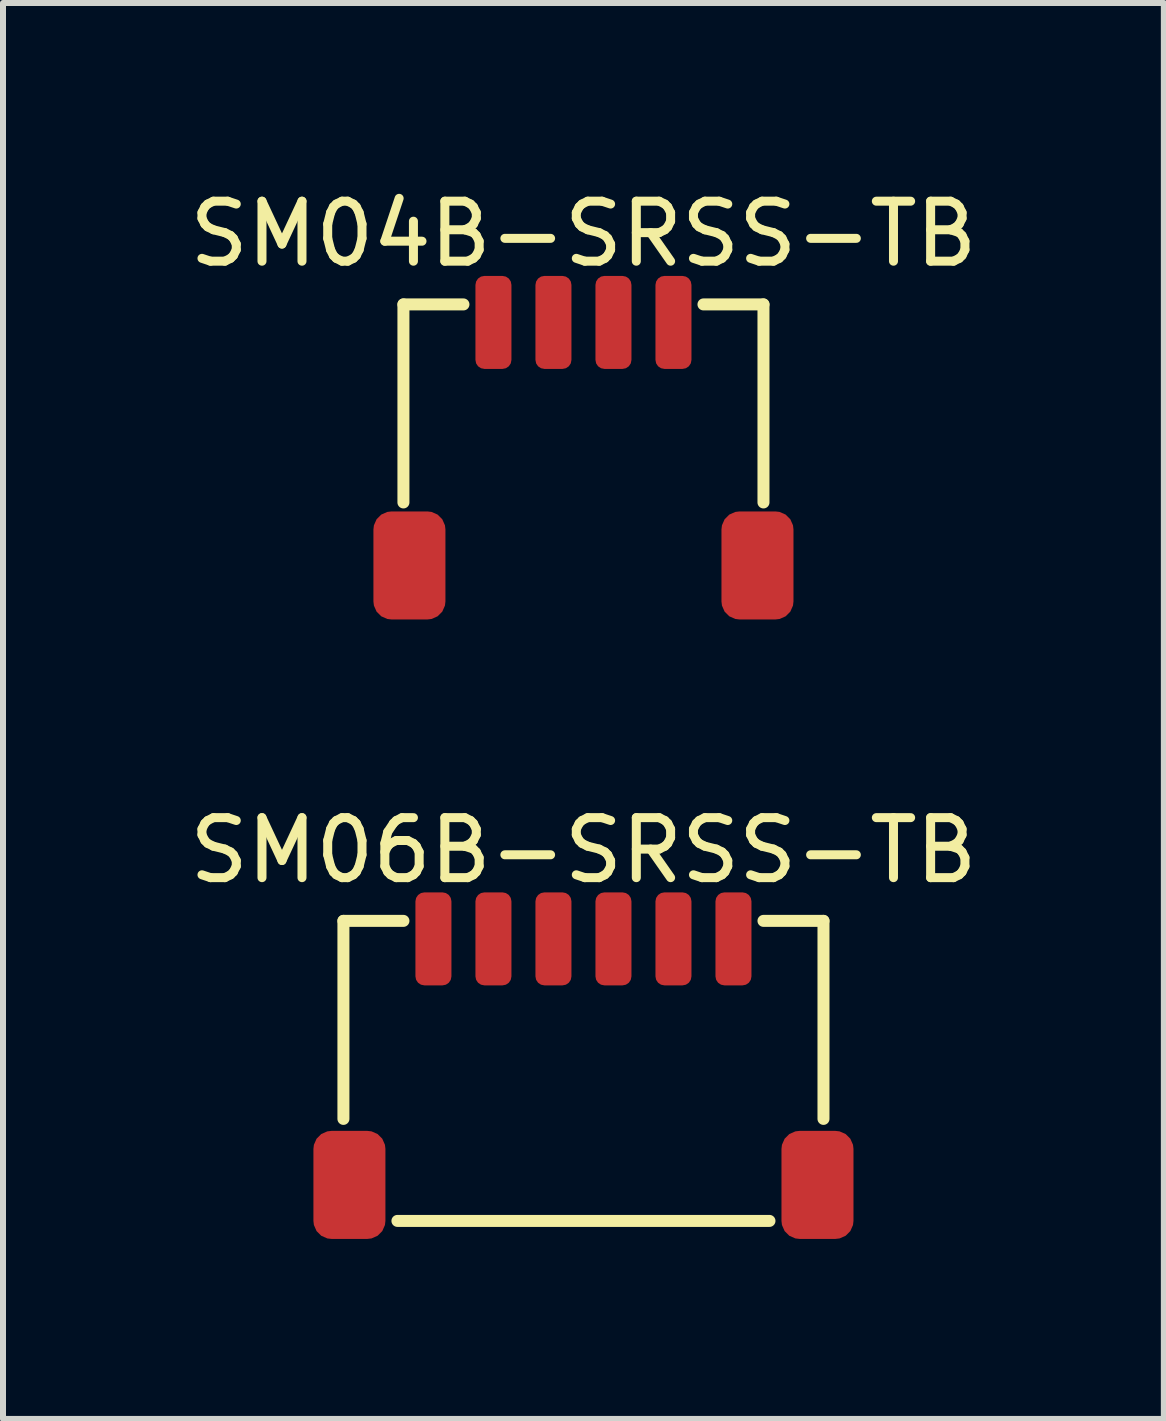
<source format=kicad_pcb>
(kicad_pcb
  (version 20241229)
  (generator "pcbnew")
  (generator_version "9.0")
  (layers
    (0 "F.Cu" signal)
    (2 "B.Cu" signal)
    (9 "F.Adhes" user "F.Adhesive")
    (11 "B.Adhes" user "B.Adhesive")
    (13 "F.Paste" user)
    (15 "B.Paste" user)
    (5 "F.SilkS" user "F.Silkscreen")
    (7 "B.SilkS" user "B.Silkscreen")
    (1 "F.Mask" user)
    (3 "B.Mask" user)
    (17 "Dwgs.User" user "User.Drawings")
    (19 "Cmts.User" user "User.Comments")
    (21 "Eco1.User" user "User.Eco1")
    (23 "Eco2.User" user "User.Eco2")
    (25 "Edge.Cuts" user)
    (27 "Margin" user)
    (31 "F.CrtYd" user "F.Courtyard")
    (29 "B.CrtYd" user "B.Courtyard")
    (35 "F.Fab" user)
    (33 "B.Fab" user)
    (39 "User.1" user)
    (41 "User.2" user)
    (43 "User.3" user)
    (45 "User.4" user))
  (footprint "SM06B-SRSS-TB"
    (layer "F.Cu")
    (at 6.673 14.646)
    (property "Reference" "SM06B-SRSS-TB" (at 0 -3.525 0) (layer "F.SilkS") (effects (font (size 1 1) (thickness 0.15))))
    (fp_line (start -4 -2.35) (end -3 -2.35) (stroke (width 0.2) (type solid)) (layer "F.SilkS"))
    (fp_line (start -4 0.95) (end -4 -2.35) (stroke (width 0.2) (type solid)) (layer "F.SilkS"))
    (fp_line (start -3.1 2.65) (end 3.1 2.65) (stroke (width 0.2) (type solid)) (layer "F.SilkS"))
    (fp_line (start 3 -2.35) (end 4 -2.35) (stroke (width 0.2) (type solid)) (layer "F.SilkS"))
    (fp_line (start 4 0.95) (end 4 -2.35) (stroke (width 0.2) (type solid)) (layer "F.SilkS"))
    (fp_line (start -4.6 -3.2) (end 4.6 -3.2) (stroke (width 0.1) (type solid)) (layer "Eco2.User"))
    (fp_line (start -4.6 1.2) (end -4.6 -3.2) (stroke (width 0.1) (type solid)) (layer "Eco2.User"))
    (fp_line (start 4.6 1.2) (end 4.6 -3.2) (stroke (width 0.1) (type solid)) (layer "Eco2.User"))
    (fp_circle (center 0 0) (end 0 -0.1) (stroke (width 0.4) (type solid)) (fill no) (layer "Eco2.User"))
    (pad "0" smd roundrect (at -3.9 2.05) (size 1.2 1.8) (layers "F.Cu" "F.Mask" "F.Paste") (roundrect_rratio 0.25))
    (pad "0" smd roundrect (at 3.9 2.05 180) (size 1.2 1.8) (layers "F.Cu" "F.Mask" "F.Paste") (roundrect_rratio 0.25))
    (pad "1" smd roundrect (at -2.5 -2.05) (size 0.6 1.55) (layers "F.Cu" "F.Mask" "F.Paste") (roundrect_rratio 0.25))
    (pad "2" smd roundrect (at -1.5 -2.05) (size 0.6 1.55) (layers "F.Cu" "F.Mask" "F.Paste") (roundrect_rratio 0.25))
    (pad "3" smd roundrect (at -0.5 -2.05) (size 0.6 1.55) (layers "F.Cu" "F.Mask" "F.Paste") (roundrect_rratio 0.25))
    (pad "4" smd roundrect (at 0.5 -2.05) (size 0.6 1.55) (layers "F.Cu" "F.Mask" "F.Paste") (roundrect_rratio 0.25))
    (pad "5" smd roundrect (at 1.5 -2.05) (size 0.6 1.55) (layers "F.Cu" "F.Mask" "F.Paste") (roundrect_rratio 0.25))
    (pad "6" smd roundrect (at 2.5 -2.05) (size 0.6 1.55) (layers "F.Cu" "F.Mask" "F.Paste") (roundrect_rratio 0.25)))
  (footprint "SM04B-SRSS-TB"
    (layer "F.Cu")
    (at 6.673 4.373)
    (property "Reference" "SM04B-SRSS-TB" (at 0 -3.525 0) (layer "F.SilkS") (effects (font (size 1 1) (thickness 0.15))))
    (fp_line (start -3 -2.35) (end -2 -2.35) (stroke (width 0.2) (type solid)) (layer "F.SilkS"))
    (fp_line (start -3 0.95) (end -3 -2.35) (stroke (width 0.2) (type solid)) (layer "F.SilkS"))
    (fp_line (start 2 -2.35) (end 3 -2.35) (stroke (width 0.2) (type solid)) (layer "F.SilkS"))
    (fp_line (start 3 0.95) (end 3 -2.35) (stroke (width 0.2) (type solid)) (layer "F.SilkS"))
    (fp_line (start -3.6 -3.2) (end 3.6 -3.2) (stroke (width 0.1) (type solid)) (layer "Eco2.User"))
    (fp_line (start -3.6 1.2) (end -3.6 -3.2) (stroke (width 0.1) (type solid)) (layer "Eco2.User"))
    (fp_line (start 3.6 1.2) (end 3.6 -3.2) (stroke (width 0.1) (type solid)) (layer "Eco2.User"))
    (fp_circle (center 0 0) (end 0 -0.1) (stroke (width 0.4) (type solid)) (fill no) (layer "Eco2.User"))
    (pad "0" smd roundrect (at -2.9 2) (size 1.2 1.8) (layers "F.Cu" "F.Mask" "F.Paste") (roundrect_rratio 0.25))
    (pad "0" smd roundrect (at 2.9 2 180) (size 1.2 1.8) (layers "F.Cu" "F.Mask" "F.Paste") (roundrect_rratio 0.25))
    (pad "1" smd roundrect (at -1.5 -2.05) (size 0.6 1.55) (layers "F.Cu" "F.Mask" "F.Paste") (roundrect_rratio 0.25))
    (pad "2" smd roundrect (at -0.5 -2.05) (size 0.6 1.55) (layers "F.Cu" "F.Mask" "F.Paste") (roundrect_rratio 0.25))
    (pad "3" smd roundrect (at 0.5 -2.05) (size 0.6 1.55) (layers "F.Cu" "F.Mask" "F.Paste") (roundrect_rratio 0.25))
    (pad "4" smd roundrect (at 1.5 -2.05) (size 0.6 1.55) (layers "F.Cu" "F.Mask" "F.Paste") (roundrect_rratio 0.25)))
  (gr_rect
    (start -3 -3)
    (end 16.345 20.596)
    (stroke (width 0.1) (type default))
    (fill no)
    (layer "Edge.Cuts")))
</source>
